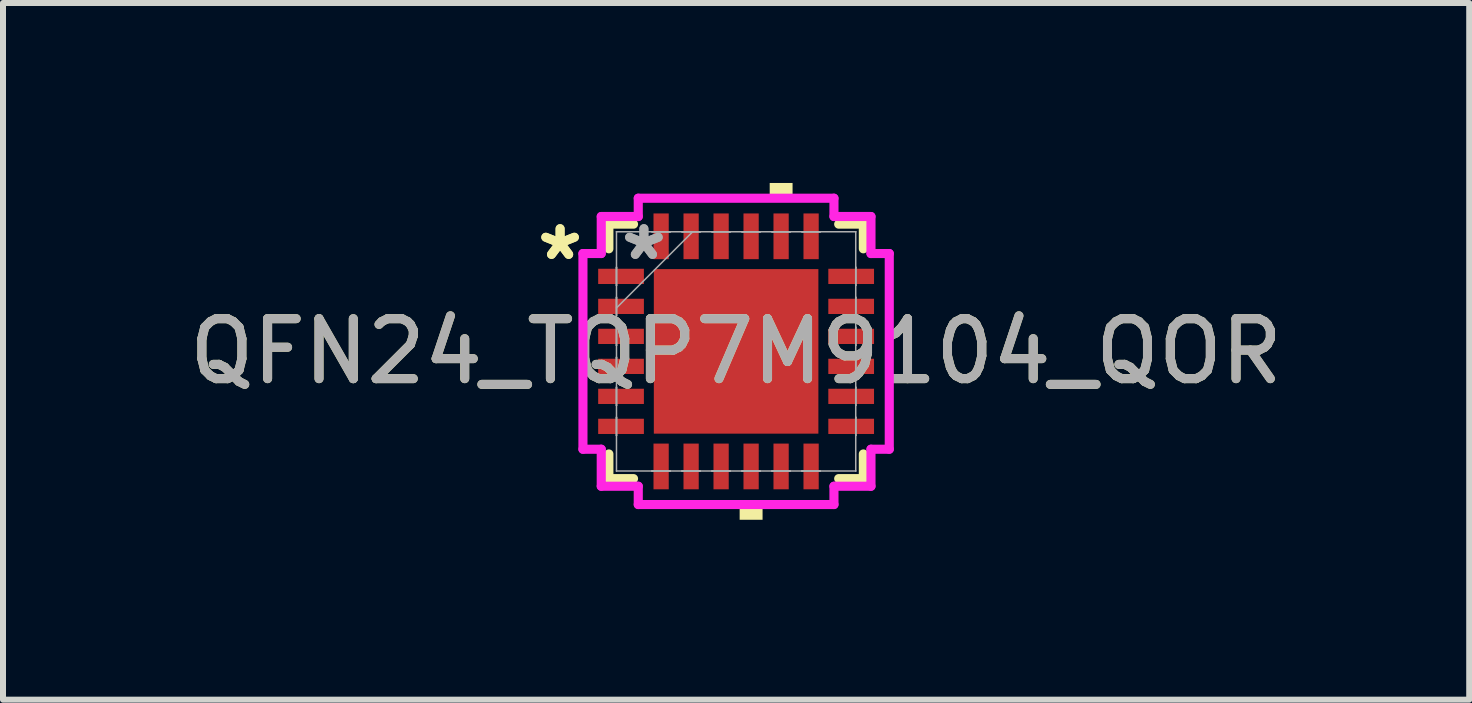
<source format=kicad_pcb>
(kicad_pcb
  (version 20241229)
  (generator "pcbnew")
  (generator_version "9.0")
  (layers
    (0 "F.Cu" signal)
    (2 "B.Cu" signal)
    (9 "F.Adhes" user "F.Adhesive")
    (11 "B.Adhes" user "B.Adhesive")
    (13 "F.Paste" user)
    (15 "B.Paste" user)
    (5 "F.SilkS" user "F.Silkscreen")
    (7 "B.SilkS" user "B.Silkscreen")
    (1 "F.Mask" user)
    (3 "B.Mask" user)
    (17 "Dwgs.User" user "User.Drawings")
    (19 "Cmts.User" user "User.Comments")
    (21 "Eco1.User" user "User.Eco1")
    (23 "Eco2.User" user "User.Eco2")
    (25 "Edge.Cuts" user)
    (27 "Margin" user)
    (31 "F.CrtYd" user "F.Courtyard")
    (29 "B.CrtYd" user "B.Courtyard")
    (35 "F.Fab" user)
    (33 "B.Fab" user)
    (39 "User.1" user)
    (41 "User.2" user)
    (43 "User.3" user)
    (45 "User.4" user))
  (footprint "QFN24_TQP7M9104_QOR"
    (layer "F.Cu")
    (at 9.22 2.807)
    (property "Reference" "QFN24_TQP7M9104_QOR" (at 0 0 0) (unlocked yes) (layer "F.SilkS") (effects (font (size 1 1) (thickness 0.15))))
    (attr smd)
    (fp_line (start -2.121 -2.121) (end -2.121 -1.71) (stroke (width 0.152) (type solid)) (layer "F.SilkS"))
    (fp_line (start -2.121 1.71) (end -2.121 2.121) (stroke (width 0.152) (type solid)) (layer "F.SilkS"))
    (fp_line (start -2.121 2.121) (end -1.71 2.121) (stroke (width 0.152) (type solid)) (layer "F.SilkS"))
    (fp_line (start -1.71 -2.121) (end -2.121 -2.121) (stroke (width 0.152) (type solid)) (layer "F.SilkS"))
    (fp_line (start 1.71 2.121) (end 2.121 2.121) (stroke (width 0.152) (type solid)) (layer "F.SilkS"))
    (fp_line (start 2.121 -2.121) (end 1.71 -2.121) (stroke (width 0.152) (type solid)) (layer "F.SilkS"))
    (fp_line (start 2.121 -1.71) (end 2.121 -2.121) (stroke (width 0.152) (type solid)) (layer "F.SilkS"))
    (fp_line (start 2.121 2.121) (end 2.121 1.71) (stroke (width 0.152) (type solid)) (layer "F.SilkS"))
    (fp_poly (pts (xy 0.059 2.553) (xy 0.059 2.807) (xy 0.441 2.807) (xy 0.441 2.553)) (stroke (width 0) (type solid)) (fill yes) (layer "F.SilkS"))
    (fp_poly (pts (xy 0.56 -2.553) (xy 0.56 -2.807) (xy 0.941 -2.807) (xy 0.941 -2.553)) (stroke (width 0) (type solid)) (fill yes) (layer "F.SilkS"))
    (fp_poly (pts (xy -1.272 -1.272) (xy -1.272 -0.1) (xy -0.1 -0.1) (xy -0.1 -1.272)) (stroke (width 0) (type solid)) (fill yes) (layer "F.Paste"))
    (fp_poly (pts (xy -1.272 0.1) (xy -1.272 1.272) (xy -0.1 1.272) (xy -0.1 0.1)) (stroke (width 0) (type solid)) (fill yes) (layer "F.Paste"))
    (fp_poly (pts (xy 0.1 -1.272) (xy 0.1 -0.1) (xy 1.272 -0.1) (xy 1.272 -1.272)) (stroke (width 0) (type solid)) (fill yes) (layer "F.Paste"))
    (fp_poly (pts (xy 0.1 0.1) (xy 0.1 1.272) (xy 1.272 1.272) (xy 1.272 0.1)) (stroke (width 0) (type solid)) (fill yes) (layer "F.Paste"))
    (fp_line (start -2.553 -1.631) (end -2.248 -1.631) (stroke (width 0.152) (type solid)) (layer "F.CrtYd"))
    (fp_line (start -2.553 1.631) (end -2.553 -1.631) (stroke (width 0.152) (type solid)) (layer "F.CrtYd"))
    (fp_line (start -2.248 -2.248) (end -1.631 -2.248) (stroke (width 0.152) (type solid)) (layer "F.CrtYd"))
    (fp_line (start -2.248 -1.631) (end -2.248 -2.248) (stroke (width 0.152) (type solid)) (layer "F.CrtYd"))
    (fp_line (start -2.248 1.631) (end -2.553 1.631) (stroke (width 0.152) (type solid)) (layer "F.CrtYd"))
    (fp_line (start -2.248 2.248) (end -2.248 1.631) (stroke (width 0.152) (type solid)) (layer "F.CrtYd"))
    (fp_line (start -1.631 -2.553) (end 1.631 -2.553) (stroke (width 0.152) (type solid)) (layer "F.CrtYd"))
    (fp_line (start -1.631 -2.248) (end -1.631 -2.553) (stroke (width 0.152) (type solid)) (layer "F.CrtYd"))
    (fp_line (start -1.631 2.248) (end -2.248 2.248) (stroke (width 0.152) (type solid)) (layer "F.CrtYd"))
    (fp_line (start -1.631 2.553) (end -1.631 2.248) (stroke (width 0.152) (type solid)) (layer "F.CrtYd"))
    (fp_line (start 1.631 -2.553) (end 1.631 -2.248) (stroke (width 0.152) (type solid)) (layer "F.CrtYd"))
    (fp_line (start 1.631 -2.248) (end 2.248 -2.248) (stroke (width 0.152) (type solid)) (layer "F.CrtYd"))
    (fp_line (start 1.631 2.248) (end 1.631 2.553) (stroke (width 0.152) (type solid)) (layer "F.CrtYd"))
    (fp_line (start 1.631 2.553) (end -1.631 2.553) (stroke (width 0.152) (type solid)) (layer "F.CrtYd"))
    (fp_line (start 2.248 -2.248) (end 2.248 -1.631) (stroke (width 0.152) (type solid)) (layer "F.CrtYd"))
    (fp_line (start 2.248 -1.631) (end 2.553 -1.631) (stroke (width 0.152) (type solid)) (layer "F.CrtYd"))
    (fp_line (start 2.248 1.631) (end 2.248 2.248) (stroke (width 0.152) (type solid)) (layer "F.CrtYd"))
    (fp_line (start 2.248 2.248) (end 1.631 2.248) (stroke (width 0.152) (type solid)) (layer "F.CrtYd"))
    (fp_line (start 2.553 -1.631) (end 2.553 1.631) (stroke (width 0.152) (type solid)) (layer "F.CrtYd"))
    (fp_line (start 2.553 1.631) (end 2.248 1.631) (stroke (width 0.152) (type solid)) (layer "F.CrtYd"))
    (fp_line (start -1.994 -1.994) (end -1.994 -1.994) (stroke (width 0.025) (type solid)) (layer "F.Fab"))
    (fp_line (start -1.994 -1.994) (end -1.994 1.994) (stroke (width 0.025) (type solid)) (layer "F.Fab"))
    (fp_line (start -1.994 -1.402) (end -1.994 -1.402) (stroke (width 0.025) (type solid)) (layer "F.Fab"))
    (fp_line (start -1.994 -1.402) (end -1.994 -1.098) (stroke (width 0.025) (type solid)) (layer "F.Fab"))
    (fp_line (start -1.994 -1.098) (end -1.994 -1.402) (stroke (width 0.025) (type solid)) (layer "F.Fab"))
    (fp_line (start -1.994 -1.098) (end -1.994 -1.098) (stroke (width 0.025) (type solid)) (layer "F.Fab"))
    (fp_line (start -1.994 -0.902) (end -1.994 -0.902) (stroke (width 0.025) (type solid)) (layer "F.Fab"))
    (fp_line (start -1.994 -0.902) (end -1.994 -0.598) (stroke (width 0.025) (type solid)) (layer "F.Fab"))
    (fp_line (start -1.994 -0.724) (end -0.724 -1.994) (stroke (width 0.025) (type solid)) (layer "F.Fab"))
    (fp_line (start -1.994 -0.598) (end -1.994 -0.902) (stroke (width 0.025) (type solid)) (layer "F.Fab"))
    (fp_line (start -1.994 -0.598) (end -1.994 -0.598) (stroke (width 0.025) (type solid)) (layer "F.Fab"))
    (fp_line (start -1.994 -0.402) (end -1.994 -0.402) (stroke (width 0.025) (type solid)) (layer "F.Fab"))
    (fp_line (start -1.994 -0.402) (end -1.994 -0.098) (stroke (width 0.025) (type solid)) (layer "F.Fab"))
    (fp_line (start -1.994 -0.098) (end -1.994 -0.402) (stroke (width 0.025) (type solid)) (layer "F.Fab"))
    (fp_line (start -1.994 -0.098) (end -1.994 -0.098) (stroke (width 0.025) (type solid)) (layer "F.Fab"))
    (fp_line (start -1.994 0.098) (end -1.994 0.098) (stroke (width 0.025) (type solid)) (layer "F.Fab"))
    (fp_line (start -1.994 0.098) (end -1.994 0.402) (stroke (width 0.025) (type solid)) (layer "F.Fab"))
    (fp_line (start -1.994 0.402) (end -1.994 0.098) (stroke (width 0.025) (type solid)) (layer "F.Fab"))
    (fp_line (start -1.994 0.402) (end -1.994 0.402) (stroke (width 0.025) (type solid)) (layer "F.Fab"))
    (fp_line (start -1.994 0.598) (end -1.994 0.598) (stroke (width 0.025) (type solid)) (layer "F.Fab"))
    (fp_line (start -1.994 0.598) (end -1.994 0.902) (stroke (width 0.025) (type solid)) (layer "F.Fab"))
    (fp_line (start -1.994 0.902) (end -1.994 0.598) (stroke (width 0.025) (type solid)) (layer "F.Fab"))
    (fp_line (start -1.994 0.902) (end -1.994 0.902) (stroke (width 0.025) (type solid)) (layer "F.Fab"))
    (fp_line (start -1.994 1.098) (end -1.994 1.098) (stroke (width 0.025) (type solid)) (layer "F.Fab"))
    (fp_line (start -1.994 1.098) (end -1.994 1.402) (stroke (width 0.025) (type solid)) (layer "F.Fab"))
    (fp_line (start -1.994 1.402) (end -1.994 1.098) (stroke (width 0.025) (type solid)) (layer "F.Fab"))
    (fp_line (start -1.994 1.402) (end -1.994 1.402) (stroke (width 0.025) (type solid)) (layer "F.Fab"))
    (fp_line (start -1.994 1.994) (end -1.994 1.994) (stroke (width 0.025) (type solid)) (layer "F.Fab"))
    (fp_line (start -1.994 1.994) (end 1.994 1.994) (stroke (width 0.025) (type solid)) (layer "F.Fab"))
    (fp_line (start -1.402 -1.994) (end -1.402 -1.994) (stroke (width 0.025) (type solid)) (layer "F.Fab"))
    (fp_line (start -1.402 -1.994) (end -1.098 -1.994) (stroke (width 0.025) (type solid)) (layer "F.Fab"))
    (fp_line (start -1.402 1.994) (end -1.402 1.994) (stroke (width 0.025) (type solid)) (layer "F.Fab"))
    (fp_line (start -1.402 1.994) (end -1.098 1.994) (stroke (width 0.025) (type solid)) (layer "F.Fab"))
    (fp_line (start -1.098 -1.994) (end -1.402 -1.994) (stroke (width 0.025) (type solid)) (layer "F.Fab"))
    (fp_line (start -1.098 -1.994) (end -1.098 -1.994) (stroke (width 0.025) (type solid)) (layer "F.Fab"))
    (fp_line (start -1.098 1.994) (end -1.402 1.994) (stroke (width 0.025) (type solid)) (layer "F.Fab"))
    (fp_line (start -1.098 1.994) (end -1.098 1.994) (stroke (width 0.025) (type solid)) (layer "F.Fab"))
    (fp_line (start -0.902 -1.994) (end -0.902 -1.994) (stroke (width 0.025) (type solid)) (layer "F.Fab"))
    (fp_line (start -0.902 -1.994) (end -0.598 -1.994) (stroke (width 0.025) (type solid)) (layer "F.Fab"))
    (fp_line (start -0.902 1.994) (end -0.902 1.994) (stroke (width 0.025) (type solid)) (layer "F.Fab"))
    (fp_line (start -0.902 1.994) (end -0.598 1.994) (stroke (width 0.025) (type solid)) (layer "F.Fab"))
    (fp_line (start -0.598 -1.994) (end -0.902 -1.994) (stroke (width 0.025) (type solid)) (layer "F.Fab"))
    (fp_line (start -0.598 -1.994) (end -0.598 -1.994) (stroke (width 0.025) (type solid)) (layer "F.Fab"))
    (fp_line (start -0.598 1.994) (end -0.902 1.994) (stroke (width 0.025) (type solid)) (layer "F.Fab"))
    (fp_line (start -0.598 1.994) (end -0.598 1.994) (stroke (width 0.025) (type solid)) (layer "F.Fab"))
    (fp_line (start -0.402 -1.994) (end -0.402 -1.994) (stroke (width 0.025) (type solid)) (layer "F.Fab"))
    (fp_line (start -0.402 -1.994) (end -0.098 -1.994) (stroke (width 0.025) (type solid)) (layer "F.Fab"))
    (fp_line (start -0.402 1.994) (end -0.402 1.994) (stroke (width 0.025) (type solid)) (layer "F.Fab"))
    (fp_line (start -0.402 1.994) (end -0.098 1.994) (stroke (width 0.025) (type solid)) (layer "F.Fab"))
    (fp_line (start -0.098 -1.994) (end -0.402 -1.994) (stroke (width 0.025) (type solid)) (layer "F.Fab"))
    (fp_line (start -0.098 -1.994) (end -0.098 -1.994) (stroke (width 0.025) (type solid)) (layer "F.Fab"))
    (fp_line (start -0.098 1.994) (end -0.402 1.994) (stroke (width 0.025) (type solid)) (layer "F.Fab"))
    (fp_line (start -0.098 1.994) (end -0.098 1.994) (stroke (width 0.025) (type solid)) (layer "F.Fab"))
    (fp_line (start 0.098 -1.994) (end 0.098 -1.994) (stroke (width 0.025) (type solid)) (layer "F.Fab"))
    (fp_line (start 0.098 -1.994) (end 0.402 -1.994) (stroke (width 0.025) (type solid)) (layer "F.Fab"))
    (fp_line (start 0.098 1.994) (end 0.098 1.994) (stroke (width 0.025) (type solid)) (layer "F.Fab"))
    (fp_line (start 0.098 1.994) (end 0.402 1.994) (stroke (width 0.025) (type solid)) (layer "F.Fab"))
    (fp_line (start 0.402 -1.994) (end 0.098 -1.994) (stroke (width 0.025) (type solid)) (layer "F.Fab"))
    (fp_line (start 0.402 -1.994) (end 0.402 -1.994) (stroke (width 0.025) (type solid)) (layer "F.Fab"))
    (fp_line (start 0.402 1.994) (end 0.098 1.994) (stroke (width 0.025) (type solid)) (layer "F.Fab"))
    (fp_line (start 0.402 1.994) (end 0.402 1.994) (stroke (width 0.025) (type solid)) (layer "F.Fab"))
    (fp_line (start 0.598 -1.994) (end 0.598 -1.994) (stroke (width 0.025) (type solid)) (layer "F.Fab"))
    (fp_line (start 0.598 -1.994) (end 0.902 -1.994) (stroke (width 0.025) (type solid)) (layer "F.Fab"))
    (fp_line (start 0.598 1.994) (end 0.598 1.994) (stroke (width 0.025) (type solid)) (layer "F.Fab"))
    (fp_line (start 0.598 1.994) (end 0.902 1.994) (stroke (width 0.025) (type solid)) (layer "F.Fab"))
    (fp_line (start 0.902 -1.994) (end 0.598 -1.994) (stroke (width 0.025) (type solid)) (layer "F.Fab"))
    (fp_line (start 0.902 -1.994) (end 0.902 -1.994) (stroke (width 0.025) (type solid)) (layer "F.Fab"))
    (fp_line (start 0.902 1.994) (end 0.598 1.994) (stroke (width 0.025) (type solid)) (layer "F.Fab"))
    (fp_line (start 0.902 1.994) (end 0.902 1.994) (stroke (width 0.025) (type solid)) (layer "F.Fab"))
    (fp_line (start 1.098 -1.994) (end 1.098 -1.994) (stroke (width 0.025) (type solid)) (layer "F.Fab"))
    (fp_line (start 1.098 -1.994) (end 1.402 -1.994) (stroke (width 0.025) (type solid)) (layer "F.Fab"))
    (fp_line (start 1.098 1.994) (end 1.098 1.994) (stroke (width 0.025) (type solid)) (layer "F.Fab"))
    (fp_line (start 1.098 1.994) (end 1.402 1.994) (stroke (width 0.025) (type solid)) (layer "F.Fab"))
    (fp_line (start 1.402 -1.994) (end 1.098 -1.994) (stroke (width 0.025) (type solid)) (layer "F.Fab"))
    (fp_line (start 1.402 -1.994) (end 1.402 -1.994) (stroke (width 0.025) (type solid)) (layer "F.Fab"))
    (fp_line (start 1.402 1.994) (end 1.098 1.994) (stroke (width 0.025) (type solid)) (layer "F.Fab"))
    (fp_line (start 1.402 1.994) (end 1.402 1.994) (stroke (width 0.025) (type solid)) (layer "F.Fab"))
    (fp_line (start 1.994 -1.994) (end -1.994 -1.994) (stroke (width 0.025) (type solid)) (layer "F.Fab"))
    (fp_line (start 1.994 -1.994) (end 1.994 -1.994) (stroke (width 0.025) (type solid)) (layer "F.Fab"))
    (fp_line (start 1.994 -1.402) (end 1.994 -1.402) (stroke (width 0.025) (type solid)) (layer "F.Fab"))
    (fp_line (start 1.994 -1.402) (end 1.994 -1.098) (stroke (width 0.025) (type solid)) (layer "F.Fab"))
    (fp_line (start 1.994 -1.098) (end 1.994 -1.402) (stroke (width 0.025) (type solid)) (layer "F.Fab"))
    (fp_line (start 1.994 -1.098) (end 1.994 -1.098) (stroke (width 0.025) (type solid)) (layer "F.Fab"))
    (fp_line (start 1.994 -0.902) (end 1.994 -0.902) (stroke (width 0.025) (type solid)) (layer "F.Fab"))
    (fp_line (start 1.994 -0.902) (end 1.994 -0.598) (stroke (width 0.025) (type solid)) (layer "F.Fab"))
    (fp_line (start 1.994 -0.598) (end 1.994 -0.902) (stroke (width 0.025) (type solid)) (layer "F.Fab"))
    (fp_line (start 1.994 -0.598) (end 1.994 -0.598) (stroke (width 0.025) (type solid)) (layer "F.Fab"))
    (fp_line (start 1.994 -0.402) (end 1.994 -0.402) (stroke (width 0.025) (type solid)) (layer "F.Fab"))
    (fp_line (start 1.994 -0.402) (end 1.994 -0.098) (stroke (width 0.025) (type solid)) (layer "F.Fab"))
    (fp_line (start 1.994 -0.098) (end 1.994 -0.402) (stroke (width 0.025) (type solid)) (layer "F.Fab"))
    (fp_line (start 1.994 -0.098) (end 1.994 -0.098) (stroke (width 0.025) (type solid)) (layer "F.Fab"))
    (fp_line (start 1.994 0.098) (end 1.994 0.098) (stroke (width 0.025) (type solid)) (layer "F.Fab"))
    (fp_line (start 1.994 0.098) (end 1.994 0.402) (stroke (width 0.025) (type solid)) (layer "F.Fab"))
    (fp_line (start 1.994 0.402) (end 1.994 0.098) (stroke (width 0.025) (type solid)) (layer "F.Fab"))
    (fp_line (start 1.994 0.402) (end 1.994 0.402) (stroke (width 0.025) (type solid)) (layer "F.Fab"))
    (fp_line (start 1.994 0.598) (end 1.994 0.598) (stroke (width 0.025) (type solid)) (layer "F.Fab"))
    (fp_line (start 1.994 0.598) (end 1.994 0.902) (stroke (width 0.025) (type solid)) (layer "F.Fab"))
    (fp_line (start 1.994 0.902) (end 1.994 0.598) (stroke (width 0.025) (type solid)) (layer "F.Fab"))
    (fp_line (start 1.994 0.902) (end 1.994 0.902) (stroke (width 0.025) (type solid)) (layer "F.Fab"))
    (fp_line (start 1.994 1.098) (end 1.994 1.098) (stroke (width 0.025) (type solid)) (layer "F.Fab"))
    (fp_line (start 1.994 1.098) (end 1.994 1.402) (stroke (width 0.025) (type solid)) (layer "F.Fab"))
    (fp_line (start 1.994 1.402) (end 1.994 1.098) (stroke (width 0.025) (type solid)) (layer "F.Fab"))
    (fp_line (start 1.994 1.402) (end 1.994 1.402) (stroke (width 0.025) (type solid)) (layer "F.Fab"))
    (fp_line (start 1.994 1.994) (end 1.994 -1.994) (stroke (width 0.025) (type solid)) (layer "F.Fab"))
    (fp_line (start 1.994 1.994) (end 1.994 1.994) (stroke (width 0.025) (type solid)) (layer "F.Fab"))
    (fp_text user "*" (at -2.934 -1.5 0) (layer "F.SilkS") (effects (font (size 1 1) (thickness 0.15))))
    (fp_text user "*" (at -2.934 -1.5 0) (unlocked yes) (layer "F.SilkS") (effects (font (size 1 1) (thickness 0.15))))
    (fp_text user "${REFERENCE}" (at 0 0 0) (unlocked yes) (layer "F.Fab") (effects (font (size 1 1) (thickness 0.15))))
    (fp_text user "*" (at -1.537 -1.5 0) (layer "F.Fab") (effects (font (size 1 1) (thickness 0.15))))
    (fp_text user "*" (at -1.537 -1.5 0) (unlocked yes) (layer "F.Fab") (effects (font (size 1 1) (thickness 0.15))))
    (pad "1" smd rect (at -1.918 -1.25 90) (size 0.254 0.762) (layers "F.Cu" "F.Mask" "F.Paste"))
    (pad "2" smd rect (at -1.918 -0.75 90) (size 0.254 0.762) (layers "F.Cu" "F.Mask" "F.Paste"))
    (pad "3" smd rect (at -1.918 -0.25 90) (size 0.254 0.762) (layers "F.Cu" "F.Mask" "F.Paste"))
    (pad "4" smd rect (at -1.918 0.25 90) (size 0.254 0.762) (layers "F.Cu" "F.Mask" "F.Paste"))
    (pad "5" smd rect (at -1.918 0.75 90) (size 0.254 0.762) (layers "F.Cu" "F.Mask" "F.Paste"))
    (pad "6" smd rect (at -1.918 1.25 90) (size 0.254 0.762) (layers "F.Cu" "F.Mask" "F.Paste"))
    (pad "7" smd rect (at -1.25 1.918) (size 0.254 0.762) (layers "F.Cu" "F.Mask" "F.Paste"))
    (pad "8" smd rect (at -0.75 1.918) (size 0.254 0.762) (layers "F.Cu" "F.Mask" "F.Paste"))
    (pad "9" smd rect (at -0.25 1.918) (size 0.254 0.762) (layers "F.Cu" "F.Mask" "F.Paste"))
    (pad "10" smd rect (at 0.25 1.918) (size 0.254 0.762) (layers "F.Cu" "F.Mask" "F.Paste"))
    (pad "11" smd rect (at 0.75 1.918) (size 0.254 0.762) (layers "F.Cu" "F.Mask" "F.Paste"))
    (pad "12" smd rect (at 1.25 1.918) (size 0.254 0.762) (layers "F.Cu" "F.Mask" "F.Paste"))
    (pad "13" smd rect (at 1.918 1.25 90) (size 0.254 0.762) (layers "F.Cu" "F.Mask" "F.Paste"))
    (pad "14" smd rect (at 1.918 0.75 90) (size 0.254 0.762) (layers "F.Cu" "F.Mask" "F.Paste"))
    (pad "15" smd rect (at 1.918 0.25 90) (size 0.254 0.762) (layers "F.Cu" "F.Mask" "F.Paste"))
    (pad "16" smd rect (at 1.918 -0.25 90) (size 0.254 0.762) (layers "F.Cu" "F.Mask" "F.Paste"))
    (pad "17" smd rect (at 1.918 -0.75 90) (size 0.254 0.762) (layers "F.Cu" "F.Mask" "F.Paste"))
    (pad "18" smd rect (at 1.918 -1.25 90) (size 0.254 0.762) (layers "F.Cu" "F.Mask" "F.Paste"))
    (pad "19" smd rect (at 1.25 -1.918) (size 0.254 0.762) (layers "F.Cu" "F.Mask" "F.Paste"))
    (pad "20" smd rect (at 0.75 -1.918) (size 0.254 0.762) (layers "F.Cu" "F.Mask" "F.Paste"))
    (pad "21" smd rect (at 0.25 -1.918) (size 0.254 0.762) (layers "F.Cu" "F.Mask" "F.Paste"))
    (pad "22" smd rect (at -0.25 -1.918) (size 0.254 0.762) (layers "F.Cu" "F.Mask" "F.Paste"))
    (pad "23" smd rect (at -0.75 -1.918) (size 0.254 0.762) (layers "F.Cu" "F.Mask" "F.Paste"))
    (pad "24" smd rect (at -1.25 -1.918) (size 0.254 0.762) (layers "F.Cu" "F.Mask" "F.Paste"))
    (pad "25" smd rect (at 0 0) (size 2.743 2.743) (layers "F.Cu" "F.Mask" "F.Paste")))
  (gr_rect
    (start -3 -3)
    (end 21.44 8.613)
    (stroke (width 0.1) (type default))
    (fill no)
    (layer "Edge.Cuts")))
</source>
